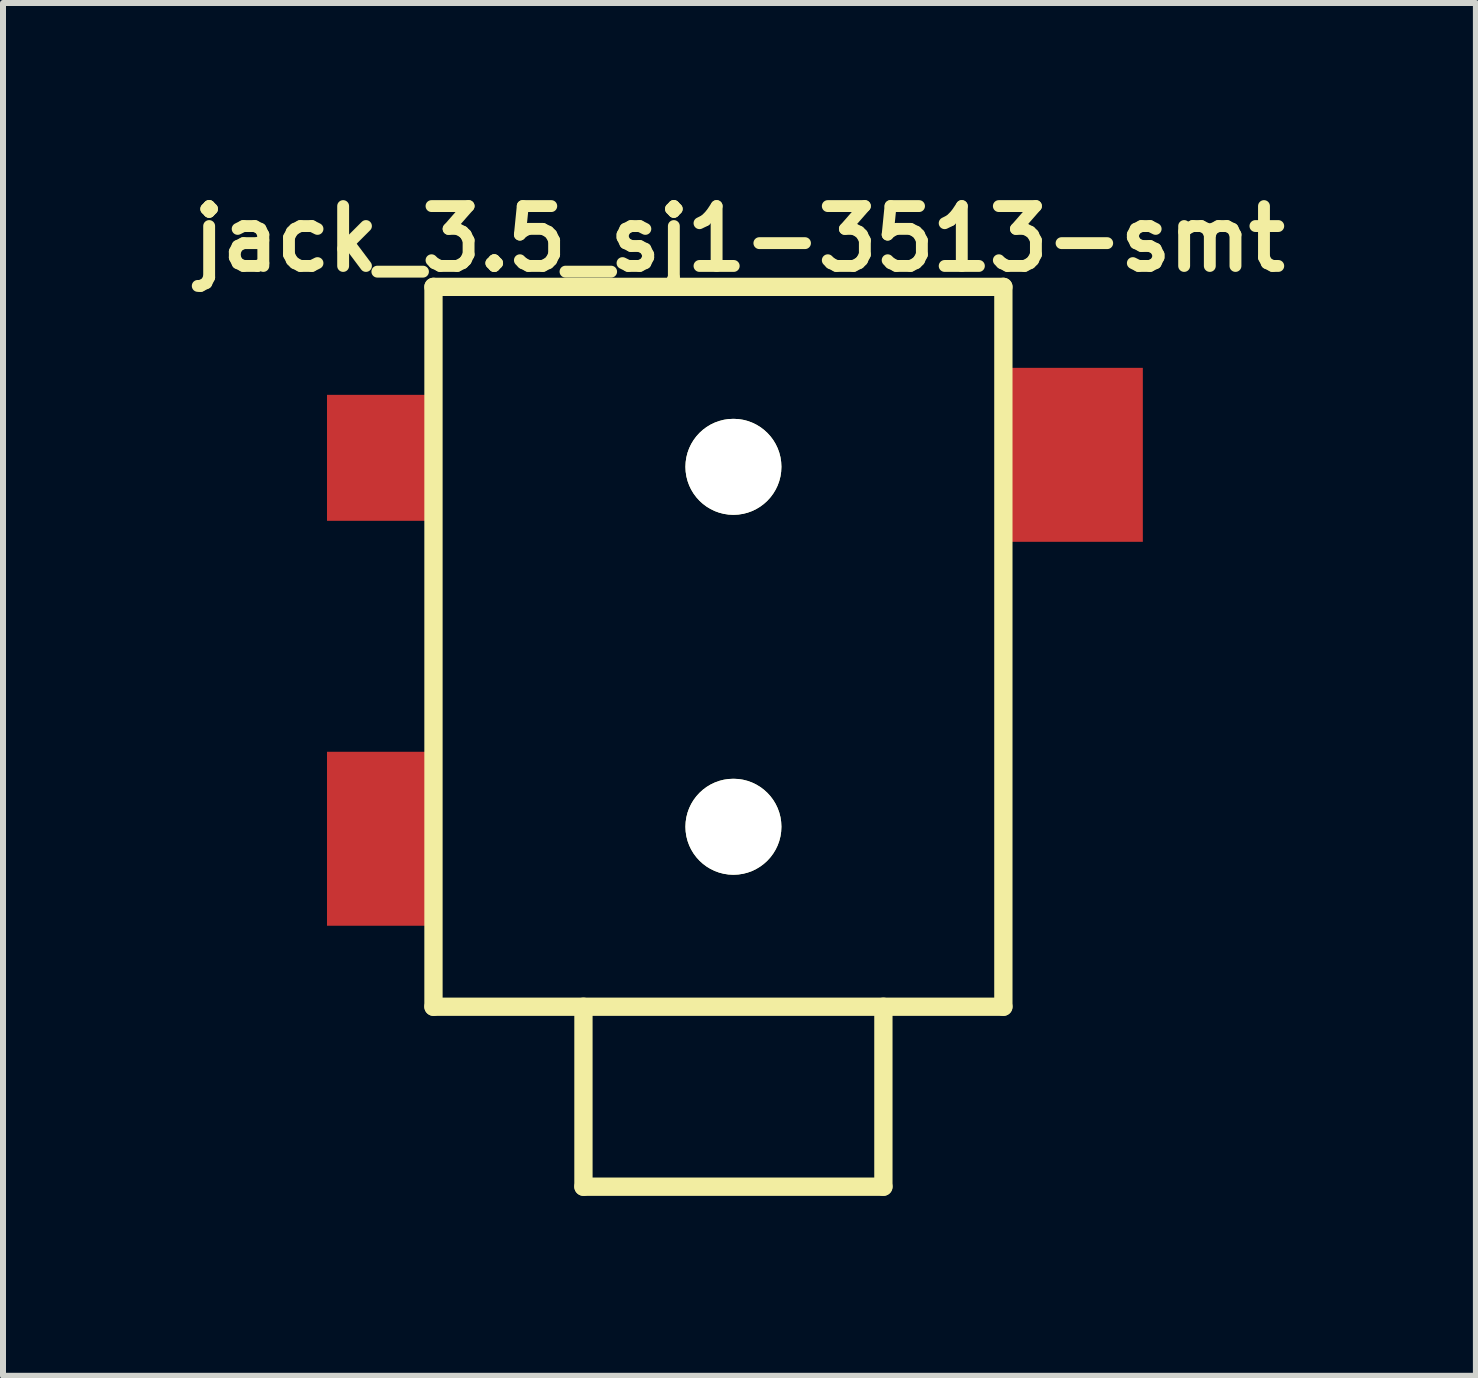
<source format=kicad_pcb>
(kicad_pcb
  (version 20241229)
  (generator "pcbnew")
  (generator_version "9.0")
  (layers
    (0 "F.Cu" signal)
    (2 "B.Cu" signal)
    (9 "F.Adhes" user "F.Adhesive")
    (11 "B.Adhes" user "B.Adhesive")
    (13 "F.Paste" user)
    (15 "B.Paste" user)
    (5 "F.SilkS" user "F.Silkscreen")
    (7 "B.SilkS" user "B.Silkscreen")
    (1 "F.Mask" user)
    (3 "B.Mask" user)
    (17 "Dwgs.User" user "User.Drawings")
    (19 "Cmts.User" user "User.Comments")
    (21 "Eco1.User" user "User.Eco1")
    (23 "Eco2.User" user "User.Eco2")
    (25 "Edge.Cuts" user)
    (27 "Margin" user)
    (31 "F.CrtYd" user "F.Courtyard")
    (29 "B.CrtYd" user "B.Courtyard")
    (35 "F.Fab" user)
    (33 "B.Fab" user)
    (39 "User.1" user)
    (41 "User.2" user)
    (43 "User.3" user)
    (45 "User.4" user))
  (footprint "jack_3.5_sj1-3513-smt"
    (layer "F.Cu")
    (at 9.176 7.632)
    (property "Reference" "jack_3.5_sj1-3513-smt" (at 0.1 -6.7 0) (layer "F.SilkS") (effects (font (size 0.998 0.998) (thickness 0.198))))
    (attr through_hole)
    (fp_line (start -5 -5.9) (end 4.5 -5.9) (stroke (width 0.305) (type solid)) (layer "F.SilkS"))
    (fp_line (start -5 6.1) (end -5 -5.9) (stroke (width 0.305) (type solid)) (layer "F.SilkS"))
    (fp_line (start -2.5 6.1) (end -2.5 9.1) (stroke (width 0.305) (type solid)) (layer "F.SilkS"))
    (fp_line (start -2.5 9.1) (end 2.5 9.1) (stroke (width 0.305) (type solid)) (layer "F.SilkS"))
    (fp_line (start 2.5 9.1) (end 2.5 6.1) (stroke (width 0.305) (type solid)) (layer "F.SilkS"))
    (fp_line (start 4.5 -5.9) (end 4.5 6.1) (stroke (width 0.305) (type solid)) (layer "F.SilkS"))
    (fp_line (start 4.5 6.1) (end -5 6.1) (stroke (width 0.305) (type solid)) (layer "F.SilkS"))
    (pad "" np_thru_hole circle (at 0 -2.9) (size 1.6 1.6) (drill 1.6) (layers "*.Cu" "*.Mask" "F.SilkS"))
    (pad "" np_thru_hole circle (at 0 3.1) (size 1.6 1.6) (drill 1.6) (layers "*.Cu" "*.Mask" "F.SilkS"))
    (pad "1" smd rect (at -5.9 3.3) (size 1.75 2.9) (layers "F.Cu" "F.Mask" "F.Paste"))
    (pad "2" smd rect (at 5.7 -3.1) (size 2.25 2.9) (layers "F.Cu" "F.Mask" "F.Paste"))
    (pad "3" smd rect (at -5.9 -3.05) (size 1.75 2.1) (layers "F.Cu" "F.Mask" "F.Paste")))
  (gr_rect
    (start -3 -3)
    (end 21.553 19.884)
    (stroke (width 0.1) (type default))
    (fill no)
    (layer "Edge.Cuts")))
</source>
